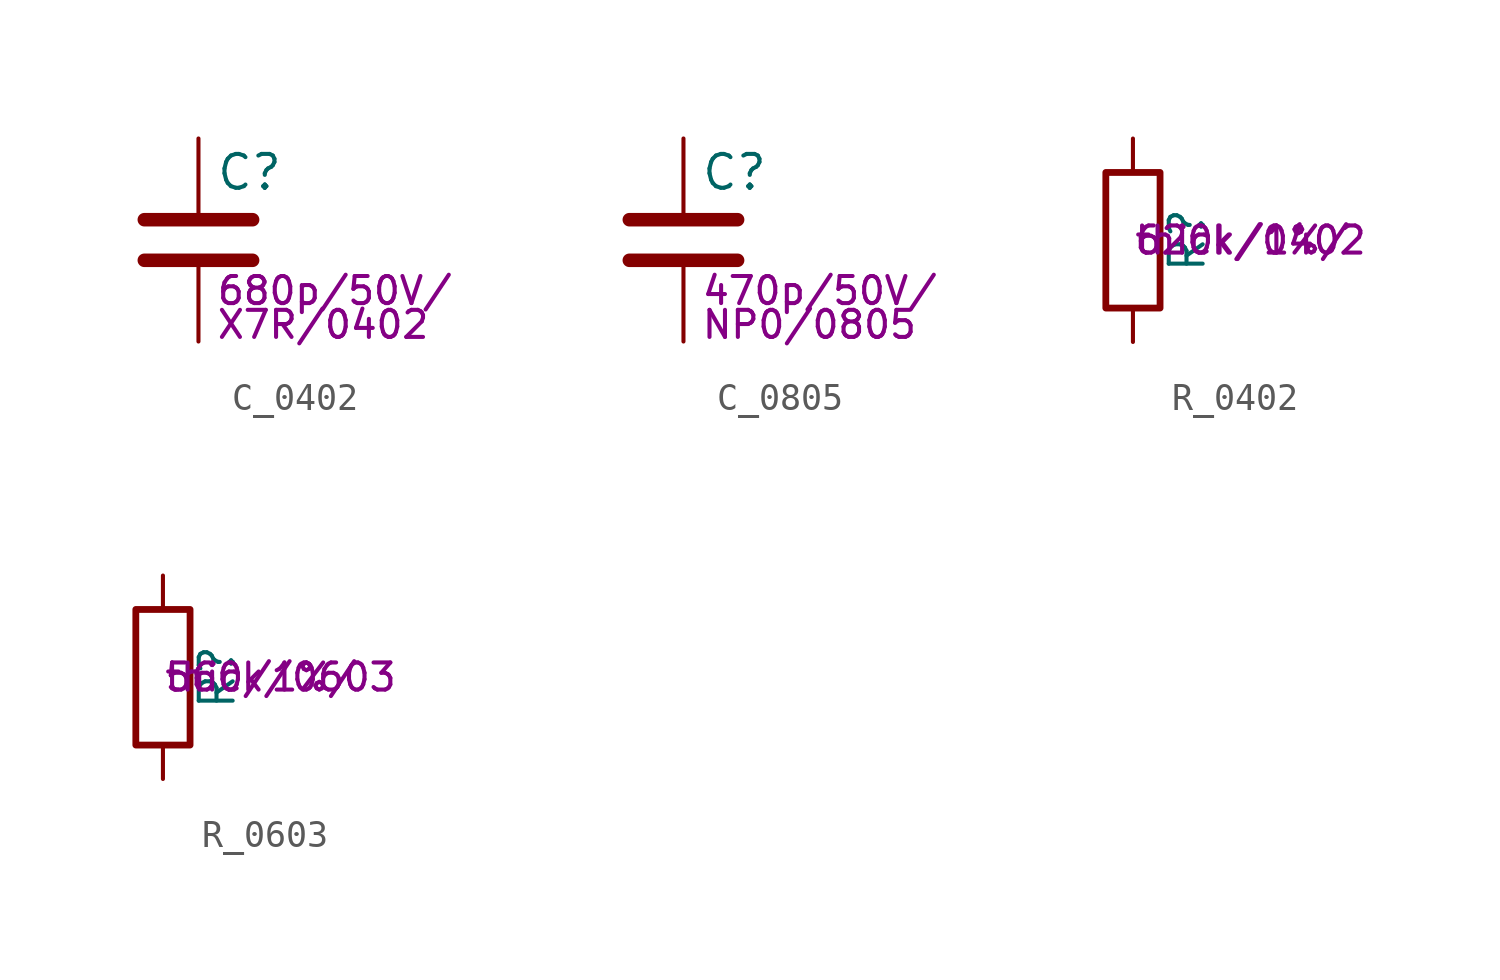
<source format=kicad_sym>
(kicad_symbol_lib
  (version 20211014)
  (generator kicad_symbol_editor)
  (symbol "C_0402"
    (pin_numbers hide)
    (pin_names
      (offset 0.254))
    (property "Reference" "C"
      (at 0.635 2.54 0)
      (effects (font (size 1.27 1.27)) (justify left)))
    (property "Params" "680p/50V/"
      (at 0.635 -1.905 0)
      (effects (font (size 1.016 1.016)) (justify left)))
    (property "Params2" "X7R/0402"
      (at 0.635 -3.175 0)
      (effects (font (size 1.016 1.016)) (justify left)))
    (symbol "C_0402_0_1"
      (polyline (pts (xy -2.032 -0.762) (xy 2.032 -0.762)) (stroke (width 0.508) (type default) (color 0 0 0 0)) (fill (type none)))
      (polyline (pts (xy -2.032 0.762) (xy 2.032 0.762)) (stroke (width 0.508) (type default) (color 0 0 0 0)) (fill (type none))))
    (symbol "C_0402_1_1"
      (pin passive line (at 0 3.81 270) (length 2.794) (name "~" (effects (font (size 1.27 1.27)))) (number "1" (effects (font (size 1.27 1.27)))))
      (pin passive line (at 0 -3.81 90) (length 2.794) (name "~" (effects (font (size 1.27 1.27)))) (number "2" (effects (font (size 1.27 1.27)))))))
  (symbol "C_0805"
    (pin_numbers hide)
    (pin_names
      (offset 0.254))
    (property "Reference" "C"
      (at 0.635 2.54 0)
      (effects (font (size 1.27 1.27)) (justify left)))
    (property "Params" "470p/50V/"
      (at 0.635 -1.905 0)
      (effects (font (size 1.016 1.016)) (justify left)))
    (property "Params2" "NP0/0805"
      (at 0.635 -3.175 0)
      (effects (font (size 1.016 1.016)) (justify left)))
    (symbol "C_0805_0_1"
      (polyline (pts (xy -2.032 -0.762) (xy 2.032 -0.762)) (stroke (width 0.508) (type default) (color 0 0 0 0)) (fill (type none)))
      (polyline (pts (xy -2.032 0.762) (xy 2.032 0.762)) (stroke (width 0.508) (type default) (color 0 0 0 0)) (fill (type none))))
    (symbol "C_0805_1_1"
      (pin passive line (at 0 3.81 270) (length 2.794) (name "~" (effects (font (size 1.27 1.27)))) (number "1" (effects (font (size 1.27 1.27)))))
      (pin passive line (at 0 -3.81 90) (length 2.794) (name "~" (effects (font (size 1.27 1.27)))) (number "2" (effects (font (size 1.27 1.27)))))))
  (symbol "R_0402"
    (pin_numbers hide)
    (pin_names
      (offset 0))
    (property "Reference" "R"
      (at 2.032 0 90)
      (effects (font (size 1.27 1.27))))
    (property "Params" "620k/1%/"
      (at 0 0 0)
      (effects (font (size 1.016 1.016)) (justify left)))
    (property "Params2" "thick/0402"
      (at 0 0 0)
      (effects (font (size 1.016 1.016)) (justify left)))
    (symbol "R_0402_0_1"
      (rectangle (start -1.016 -2.54) (end 1.016 2.54) (stroke (width 0.254) (type default) (color 0 0 0 0)) (fill (type none))))
    (symbol "R_0402_1_1"
      (pin passive line (at 0 3.81 270) (length 1.27) (name "~" (effects (font (size 1.27 1.27)))) (number "1" (effects (font (size 1.27 1.27)))))
      (pin passive line (at 0 -3.81 90) (length 1.27) (name "~" (effects (font (size 1.27 1.27)))) (number "2" (effects (font (size 1.27 1.27)))))))
  (symbol "R_0603"
    (pin_numbers hide)
    (pin_names
      (offset 0))
    (property "Reference" "R"
      (at 2.032 0 90)
      (effects (font (size 1.27 1.27))))
    (property "Params" "560/1%/"
      (at 0 0 0)
      (effects (font (size 1.016 1.016)) (justify left)))
    (property "Params2" "thick/0603"
      (at 0 0 0)
      (effects (font (size 1.016 1.016)) (justify left)))
    (symbol "R_0603_0_1"
      (rectangle (start -1.016 -2.54) (end 1.016 2.54) (stroke (width 0.254) (type default) (color 0 0 0 0)) (fill (type none))))
    (symbol "R_0603_1_1"
      (pin passive line (at 0 3.81 270) (length 1.27) (name "~" (effects (font (size 1.27 1.27)))) (number "1" (effects (font (size 1.27 1.27)))))
      (pin passive line (at 0 -3.81 90) (length 1.27) (name "~" (effects (font (size 1.27 1.27)))) (number "2" (effects (font (size 1.27 1.27))))))))
</source>
